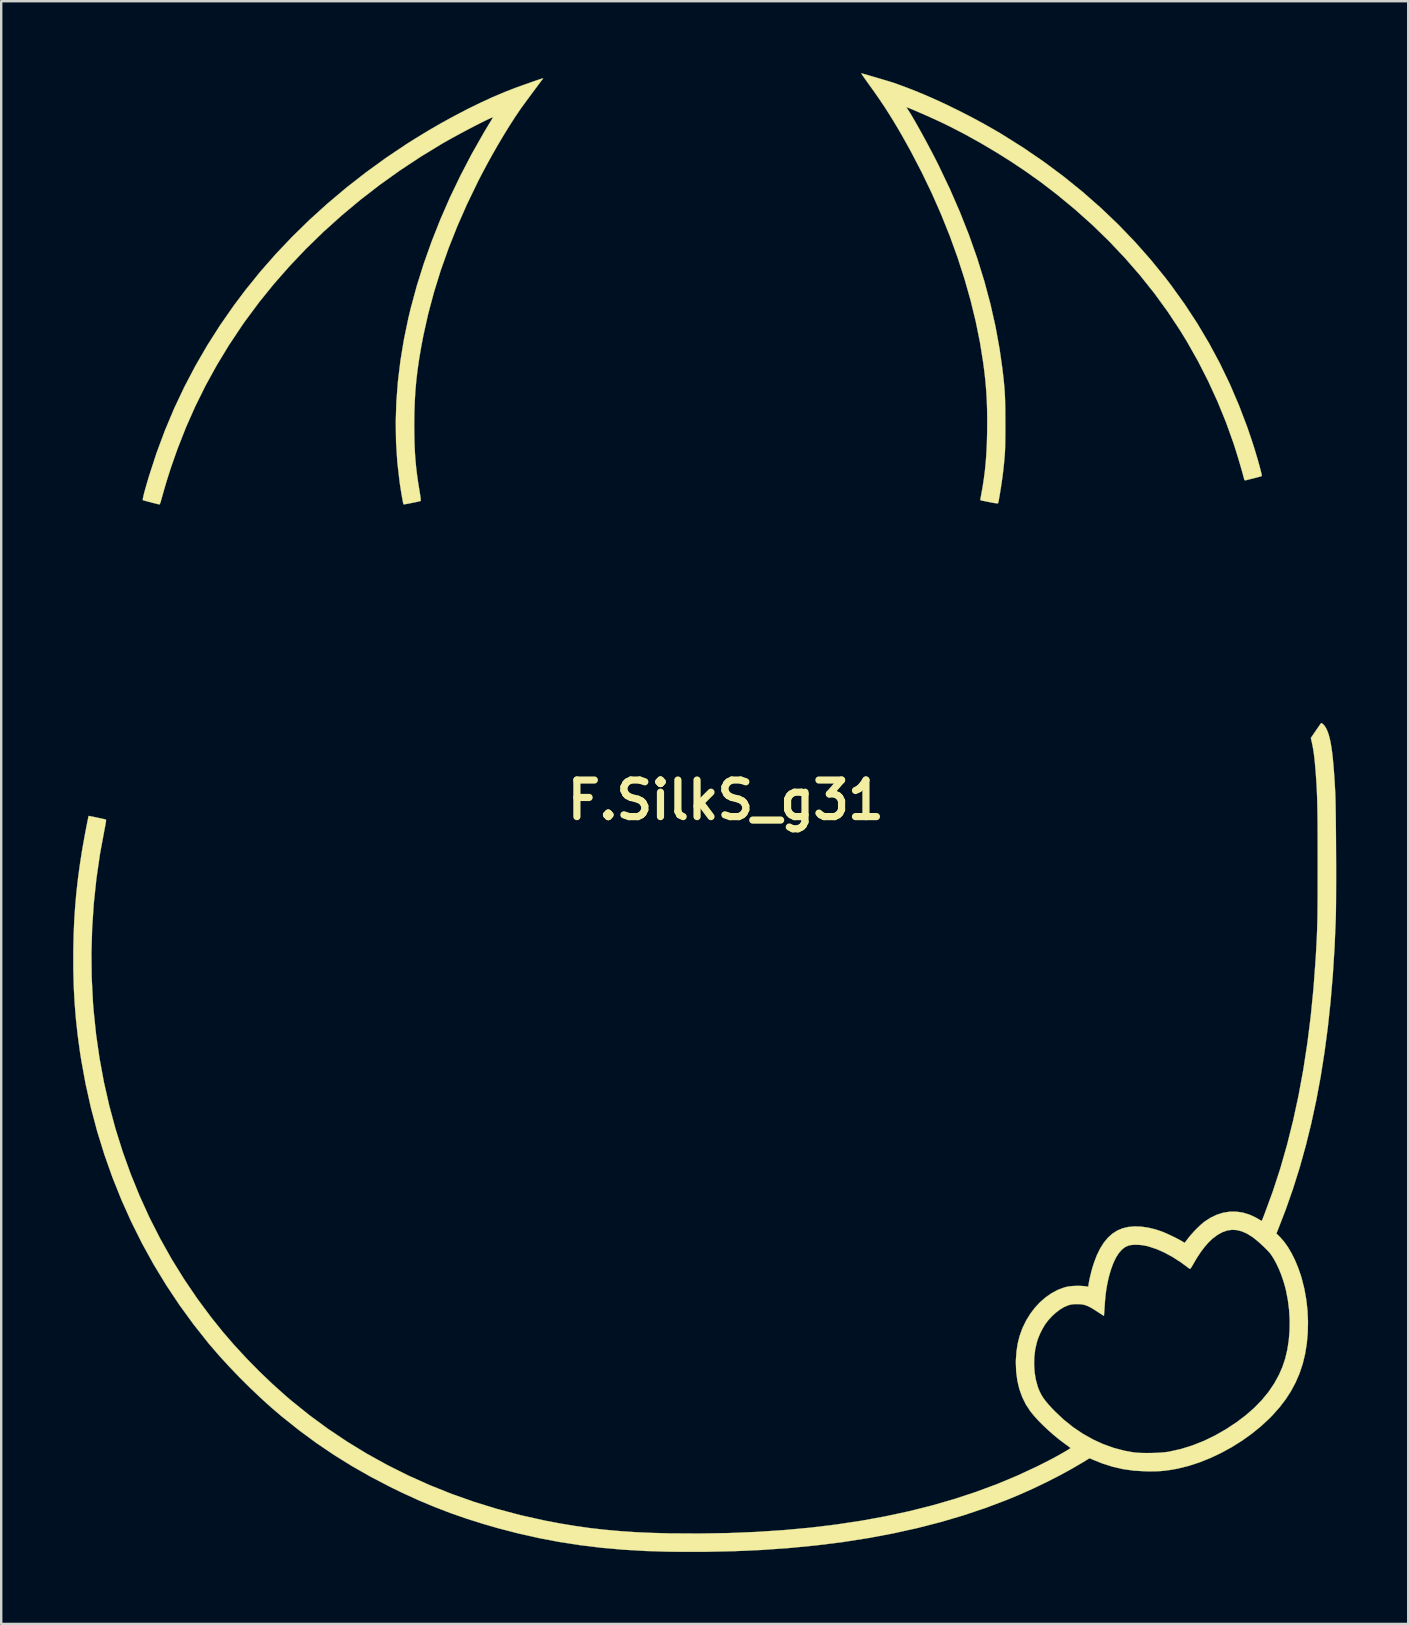
<source format=kicad_pcb>
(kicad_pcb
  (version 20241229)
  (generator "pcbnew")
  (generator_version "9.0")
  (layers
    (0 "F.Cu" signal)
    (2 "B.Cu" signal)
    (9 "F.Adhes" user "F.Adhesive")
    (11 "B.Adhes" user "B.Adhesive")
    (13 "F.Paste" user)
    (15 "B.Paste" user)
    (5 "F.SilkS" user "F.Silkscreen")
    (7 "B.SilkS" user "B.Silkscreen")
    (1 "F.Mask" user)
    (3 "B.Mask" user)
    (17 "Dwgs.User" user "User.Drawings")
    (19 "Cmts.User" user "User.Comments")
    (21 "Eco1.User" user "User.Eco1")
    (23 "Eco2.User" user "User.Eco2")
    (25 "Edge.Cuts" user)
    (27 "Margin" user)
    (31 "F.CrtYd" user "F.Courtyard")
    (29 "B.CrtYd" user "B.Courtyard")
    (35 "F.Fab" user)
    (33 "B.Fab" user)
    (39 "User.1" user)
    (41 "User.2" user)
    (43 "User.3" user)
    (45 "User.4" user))
  (footprint "F.SilkS_g31"
    (layer "F.Cu")
    (at 27.199 30.295)
    (property "Reference" "F.SilkS_g31" (at 0 0 0) (layer "F.SilkS") (effects (font (size 1.524 1.524) (thickness 0.3))))
    (attr through_hole)
    (fp_poly (pts (xy -7.612 -30.076) (xy -7.614 -30.073) (xy -7.664 -30.008) (xy -7.734 -29.916) (xy -7.819 -29.801) (xy -7.917 -29.67) (xy -8.021 -29.53) (xy -8.128 -29.385) (xy -8.234 -29.242) (xy -8.333 -29.107) (xy -8.422 -28.985) (xy -8.496 -28.884) (xy -8.55 -28.808) (xy -8.565 -28.787) (xy -8.787 -28.459) (xy -9.019 -28.098) (xy -9.258 -27.71) (xy -9.5 -27.302) (xy -9.741 -26.881) (xy -9.977 -26.452) (xy -10.204 -26.023) (xy -10.338 -25.76) (xy -10.784 -24.837) (xy -11.19 -23.915) (xy -11.555 -22.994) (xy -11.88 -22.076) (xy -12.163 -21.162) (xy -12.406 -20.252) (xy -12.605 -19.357) (xy -12.7 -18.856) (xy -12.78 -18.385) (xy -12.845 -17.935) (xy -12.897 -17.496) (xy -12.936 -17.06) (xy -12.962 -16.617) (xy -12.978 -16.159) (xy -12.984 -15.675) (xy -12.984 -15.632) (xy -12.981 -15.236) (xy -12.973 -14.873) (xy -12.959 -14.535) (xy -12.937 -14.213) (xy -12.908 -13.897) (xy -12.871 -13.579) (xy -12.824 -13.25) (xy -12.767 -12.901) (xy -12.761 -12.862) (xy -12.741 -12.741) (xy -12.725 -12.633) (xy -12.715 -12.548) (xy -12.711 -12.49) (xy -12.714 -12.468) (xy -12.739 -12.459) (xy -12.797 -12.445) (xy -12.878 -12.426) (xy -12.976 -12.405) (xy -13.082 -12.384) (xy -13.186 -12.363) (xy -13.282 -12.345) (xy -13.36 -12.331) (xy -13.413 -12.324) (xy -13.431 -12.324) (xy -13.439 -12.349) (xy -13.453 -12.409) (xy -13.47 -12.499) (xy -13.49 -12.611) (xy -13.513 -12.74) (xy -13.536 -12.879) (xy -13.558 -13.021) (xy -13.58 -13.161) (xy -13.597 -13.282) (xy -13.69 -14.09) (xy -13.742 -14.912) (xy -13.755 -15.747) (xy -13.729 -16.594) (xy -13.664 -17.451) (xy -13.559 -18.317) (xy -13.415 -19.192) (xy -13.232 -20.074) (xy -13.122 -20.532) (xy -12.875 -21.441) (xy -12.587 -22.357) (xy -12.261 -23.275) (xy -11.899 -24.191) (xy -11.501 -25.103) (xy -11.068 -26.006) (xy -10.604 -26.898) (xy -10.108 -27.775) (xy -9.953 -28.035) (xy -9.882 -28.153) (xy -9.818 -28.258) (xy -9.765 -28.346) (xy -9.727 -28.41) (xy -9.705 -28.447) (xy -9.701 -28.452) (xy -9.712 -28.456) (xy -9.756 -28.441) (xy -9.83 -28.409) (xy -9.93 -28.362) (xy -10.053 -28.303) (xy -10.195 -28.232) (xy -10.353 -28.152) (xy -10.524 -28.064) (xy -10.702 -27.971) (xy -10.886 -27.874) (xy -11.071 -27.775) (xy -11.254 -27.676) (xy -11.431 -27.579) (xy -11.599 -27.485) (xy -11.754 -27.397) (xy -11.832 -27.352) (xy -12.721 -26.81) (xy -13.586 -26.238) (xy -14.425 -25.638) (xy -15.236 -25.011) (xy -16.018 -24.358) (xy -16.771 -23.68) (xy -17.492 -22.979) (xy -18.179 -22.255) (xy -18.833 -21.511) (xy -19.451 -20.747) (xy -20.031 -19.965) (xy -20.161 -19.78) (xy -20.707 -18.96) (xy -21.212 -18.128) (xy -21.679 -17.281) (xy -22.107 -16.417) (xy -22.498 -15.535) (xy -22.853 -14.632) (xy -23.104 -13.917) (xy -23.168 -13.723) (xy -23.226 -13.543) (xy -23.281 -13.368) (xy -23.335 -13.19) (xy -23.391 -13) (xy -23.451 -12.79) (xy -23.518 -12.552) (xy -23.552 -12.43) (xy -23.573 -12.369) (xy -23.595 -12.329) (xy -23.608 -12.321) (xy -23.636 -12.326) (xy -23.697 -12.341) (xy -23.784 -12.363) (xy -23.889 -12.389) (xy -23.95 -12.405) (xy -24.061 -12.435) (xy -24.159 -12.46) (xy -24.235 -12.481) (xy -24.282 -12.494) (xy -24.293 -12.498) (xy -24.299 -12.521) (xy -24.291 -12.581) (xy -24.27 -12.68) (xy -24.236 -12.816) (xy -24.188 -12.991) (xy -24.126 -13.205) (xy -24.051 -13.459) (xy -24.034 -13.515) (xy -23.724 -14.467) (xy -23.377 -15.4) (xy -22.993 -16.315) (xy -22.57 -17.21) (xy -22.11 -18.088) (xy -21.611 -18.949) (xy -21.073 -19.793) (xy -20.496 -20.622) (xy -20.017 -21.259) (xy -19.405 -22.016) (xy -18.755 -22.757) (xy -18.069 -23.479) (xy -17.35 -24.182) (xy -16.599 -24.862) (xy -15.819 -25.519) (xy -15.011 -26.15) (xy -14.179 -26.754) (xy -13.324 -27.329) (xy -12.954 -27.563) (xy -12.407 -27.896) (xy -11.857 -28.214) (xy -11.307 -28.516) (xy -10.764 -28.799) (xy -10.23 -29.06) (xy -9.711 -29.299) (xy -9.21 -29.511) (xy -8.733 -29.696) (xy -8.605 -29.742) (xy -8.376 -29.824) (xy -8.183 -29.892) (xy -8.024 -29.948) (xy -7.897 -29.992) (xy -7.797 -30.026) (xy -7.722 -30.051) (xy -7.669 -30.067) (xy -7.635 -30.076) (xy -7.617 -30.079) (xy -7.612 -30.076)) (stroke (width 0.01) (type solid)) (fill yes) (layer "F.SilkS"))
    (fp_poly (pts (xy 5.676 -30.284) (xy 5.736 -30.267) (xy 5.825 -30.242) (xy 5.937 -30.21) (xy 6.066 -30.172) (xy 6.207 -30.131) (xy 6.353 -30.088) (xy 6.499 -30.045) (xy 6.639 -30.003) (xy 6.767 -29.965) (xy 6.878 -29.931) (xy 6.965 -29.904) (xy 7.022 -29.886) (xy 7.039 -29.88) (xy 7.092 -29.86) (xy 7.174 -29.83) (xy 7.272 -29.794) (xy 7.366 -29.76) (xy 7.81 -29.591) (xy 8.28 -29.398) (xy 8.767 -29.184) (xy 9.267 -28.951) (xy 9.772 -28.703) (xy 10.275 -28.444) (xy 10.77 -28.176) (xy 11.251 -27.902) (xy 11.525 -27.74) (xy 12.409 -27.183) (xy 13.262 -26.599) (xy 14.083 -25.988) (xy 14.872 -25.349) (xy 15.629 -24.684) (xy 16.354 -23.992) (xy 17.045 -23.274) (xy 17.704 -22.53) (xy 18.329 -21.76) (xy 18.563 -21.452) (xy 19.127 -20.667) (xy 19.653 -19.864) (xy 20.141 -19.042) (xy 20.593 -18.2) (xy 21.009 -17.337) (xy 21.389 -16.451) (xy 21.735 -15.542) (xy 21.935 -14.954) (xy 21.991 -14.779) (xy 22.048 -14.599) (xy 22.102 -14.418) (xy 22.155 -14.242) (xy 22.203 -14.073) (xy 22.246 -13.918) (xy 22.282 -13.781) (xy 22.311 -13.667) (xy 22.331 -13.58) (xy 22.34 -13.524) (xy 22.339 -13.506) (xy 22.313 -13.495) (xy 22.253 -13.477) (xy 22.167 -13.453) (xy 22.063 -13.426) (xy 22.003 -13.411) (xy 21.891 -13.383) (xy 21.791 -13.358) (xy 21.713 -13.338) (xy 21.664 -13.326) (xy 21.652 -13.323) (xy 21.629 -13.328) (xy 21.609 -13.364) (xy 21.592 -13.425) (xy 21.562 -13.537) (xy 21.523 -13.68) (xy 21.475 -13.848) (xy 21.422 -14.03) (xy 21.366 -14.219) (xy 21.309 -14.407) (xy 21.254 -14.584) (xy 21.204 -14.743) (xy 21.166 -14.859) (xy 20.852 -15.737) (xy 20.498 -16.605) (xy 20.107 -17.458) (xy 19.682 -18.293) (xy 19.223 -19.105) (xy 18.934 -19.577) (xy 18.416 -20.36) (xy 17.86 -21.124) (xy 17.268 -21.867) (xy 16.64 -22.589) (xy 15.978 -23.289) (xy 15.281 -23.967) (xy 14.551 -24.62) (xy 13.789 -25.249) (xy 13.145 -25.743) (xy 12.55 -26.168) (xy 11.927 -26.587) (xy 11.284 -26.992) (xy 10.631 -27.379) (xy 9.975 -27.744) (xy 9.326 -28.079) (xy 8.93 -28.271) (xy 8.803 -28.33) (xy 8.66 -28.395) (xy 8.505 -28.465) (xy 8.346 -28.536) (xy 8.187 -28.606) (xy 8.035 -28.672) (xy 7.894 -28.733) (xy 7.772 -28.784) (xy 7.673 -28.825) (xy 7.604 -28.852) (xy 7.579 -28.861) (xy 7.527 -28.877) (xy 7.567 -28.816) (xy 7.651 -28.685) (xy 7.751 -28.521) (xy 7.863 -28.329) (xy 7.986 -28.113) (xy 8.117 -27.88) (xy 8.253 -27.633) (xy 8.39 -27.379) (xy 8.527 -27.121) (xy 8.661 -26.865) (xy 8.789 -26.616) (xy 8.878 -26.437) (xy 9.341 -25.466) (xy 9.762 -24.498) (xy 10.142 -23.536) (xy 10.48 -22.577) (xy 10.776 -21.624) (xy 11.03 -20.675) (xy 11.243 -19.731) (xy 11.413 -18.792) (xy 11.524 -18.013) (xy 11.552 -17.779) (xy 11.576 -17.571) (xy 11.595 -17.382) (xy 11.612 -17.204) (xy 11.624 -17.032) (xy 11.634 -16.859) (xy 11.641 -16.678) (xy 11.646 -16.482) (xy 11.65 -16.266) (xy 11.651 -16.021) (xy 11.652 -15.742) (xy 11.652 -15.684) (xy 11.652 -15.42) (xy 11.651 -15.193) (xy 11.649 -14.995) (xy 11.646 -14.821) (xy 11.642 -14.665) (xy 11.636 -14.52) (xy 11.627 -14.381) (xy 11.616 -14.241) (xy 11.603 -14.094) (xy 11.586 -13.934) (xy 11.566 -13.755) (xy 11.555 -13.652) (xy 11.54 -13.532) (xy 11.521 -13.395) (xy 11.5 -13.245) (xy 11.477 -13.091) (xy 11.453 -12.937) (xy 11.429 -12.79) (xy 11.407 -12.656) (xy 11.386 -12.54) (xy 11.369 -12.45) (xy 11.356 -12.391) (xy 11.349 -12.371) (xy 11.327 -12.365) (xy 11.273 -12.368) (xy 11.184 -12.381) (xy 11.058 -12.404) (xy 10.975 -12.42) (xy 10.857 -12.444) (xy 10.755 -12.465) (xy 10.675 -12.482) (xy 10.625 -12.493) (xy 10.61 -12.498) (xy 10.611 -12.519) (xy 10.618 -12.572) (xy 10.632 -12.647) (xy 10.636 -12.67) (xy 10.704 -13.046) (xy 10.759 -13.41) (xy 10.805 -13.772) (xy 10.84 -14.141) (xy 10.866 -14.524) (xy 10.884 -14.932) (xy 10.894 -15.371) (xy 10.894 -15.402) (xy 10.897 -15.849) (xy 10.892 -16.264) (xy 10.879 -16.658) (xy 10.857 -17.039) (xy 10.825 -17.42) (xy 10.784 -17.808) (xy 10.731 -18.215) (xy 10.731 -18.221) (xy 10.593 -19.081) (xy 10.417 -19.952) (xy 10.202 -20.832) (xy 9.95 -21.72) (xy 9.662 -22.611) (xy 9.339 -23.505) (xy 8.981 -24.397) (xy 8.589 -25.287) (xy 8.164 -26.171) (xy 7.708 -27.046) (xy 7.382 -27.632) (xy 7.179 -27.983) (xy 6.987 -28.305) (xy 6.799 -28.608) (xy 6.61 -28.902) (xy 6.412 -29.196) (xy 6.2 -29.502) (xy 5.973 -29.819) (xy 5.885 -29.941) (xy 5.806 -30.052) (xy 5.74 -30.147) (xy 5.69 -30.221) (xy 5.659 -30.27) (xy 5.65 -30.289) (xy 5.65 -30.29) (xy 5.676 -30.284)) (stroke (width 0.01) (type solid)) (fill yes) (layer "F.SilkS"))
    (fp_poly (pts (xy 24.836 -3.205) (xy 24.879 -3.176) (xy 24.894 -3.163) (xy 24.958 -3.092) (xy 25.016 -3.002) (xy 25.069 -2.893) (xy 25.118 -2.762) (xy 25.162 -2.607) (xy 25.203 -2.426) (xy 25.239 -2.218) (xy 25.273 -1.978) (xy 25.303 -1.707) (xy 25.331 -1.402) (xy 25.357 -1.06) (xy 25.382 -0.679) (xy 25.402 -0.307) (xy 25.407 -0.19) (xy 25.411 -0.034) (xy 25.416 0.156) (xy 25.419 0.376) (xy 25.423 0.623) (xy 25.426 0.893) (xy 25.429 1.181) (xy 25.432 1.484) (xy 25.434 1.798) (xy 25.435 2.119) (xy 25.437 2.443) (xy 25.438 2.766) (xy 25.438 3.085) (xy 25.438 3.394) (xy 25.437 3.691) (xy 25.436 3.97) (xy 25.435 4.23) (xy 25.432 4.464) (xy 25.43 4.671) (xy 25.426 4.844) (xy 25.423 4.966) (xy 25.373 6.145) (xy 25.301 7.288) (xy 25.207 8.398) (xy 25.092 9.474) (xy 24.953 10.52) (xy 24.793 11.535) (xy 24.609 12.521) (xy 24.402 13.48) (xy 24.172 14.412) (xy 23.919 15.319) (xy 23.641 16.202) (xy 23.34 17.063) (xy 23.043 17.832) (xy 22.95 18.064) (xy 23.105 18.219) (xy 23.269 18.405) (xy 23.428 18.628) (xy 23.579 18.884) (xy 23.72 19.167) (xy 23.849 19.474) (xy 23.963 19.799) (xy 24.002 19.927) (xy 24.114 20.37) (xy 24.195 20.823) (xy 24.246 21.284) (xy 24.266 21.745) (xy 24.256 22.202) (xy 24.216 22.65) (xy 24.146 23.084) (xy 24.046 23.498) (xy 23.916 23.887) (xy 23.907 23.911) (xy 23.745 24.283) (xy 23.557 24.634) (xy 23.34 24.971) (xy 23.09 25.299) (xy 22.804 25.622) (xy 22.659 25.771) (xy 22.306 26.099) (xy 21.923 26.41) (xy 21.516 26.701) (xy 21.089 26.969) (xy 20.648 27.21) (xy 20.197 27.423) (xy 19.742 27.605) (xy 19.288 27.753) (xy 18.841 27.863) (xy 18.723 27.886) (xy 18.501 27.924) (xy 18.296 27.951) (xy 18.097 27.969) (xy 17.889 27.978) (xy 17.661 27.98) (xy 17.476 27.976) (xy 17.01 27.949) (xy 16.565 27.887) (xy 16.133 27.789) (xy 15.708 27.655) (xy 15.355 27.514) (xy 15.163 27.431) (xy 14.885 27.6) (xy 14.413 27.876) (xy 13.908 28.152) (xy 13.379 28.422) (xy 12.835 28.684) (xy 12.284 28.931) (xy 11.736 29.16) (xy 11.707 29.171) (xy 10.819 29.506) (xy 9.903 29.813) (xy 8.958 30.092) (xy 7.984 30.342) (xy 6.982 30.564) (xy 5.95 30.758) (xy 4.888 30.924) (xy 3.796 31.061) (xy 2.674 31.171) (xy 1.522 31.253) (xy 0.338 31.306) (xy -0.877 31.332) (xy -2.123 31.33) (xy -2.413 31.326) (xy -3.367 31.297) (xy -4.292 31.242) (xy -5.192 31.162) (xy -6.072 31.055) (xy -6.937 30.921) (xy -7.792 30.759) (xy -8.642 30.568) (xy -9.492 30.348) (xy -10.065 30.183) (xy -10.777 29.959) (xy -11.463 29.721) (xy -12.134 29.464) (xy -12.799 29.185) (xy -13.471 28.878) (xy -13.991 28.625) (xy -14.806 28.2) (xy -15.587 27.755) (xy -16.341 27.286) (xy -17.073 26.79) (xy -17.79 26.261) (xy -18.497 25.698) (xy -18.5 25.696) (xy -18.937 25.323) (xy -19.384 24.919) (xy -19.833 24.492) (xy -20.277 24.051) (xy -20.707 23.602) (xy -21.116 23.154) (xy -21.496 22.714) (xy -21.56 22.638) (xy -22.183 21.852) (xy -22.772 21.042) (xy -23.326 20.209) (xy -23.846 19.353) (xy -24.33 18.475) (xy -24.778 17.577) (xy -25.189 16.66) (xy -25.564 15.723) (xy -25.901 14.77) (xy -26.201 13.8) (xy -26.462 12.814) (xy -26.685 11.814) (xy -26.869 10.8) (xy -26.922 10.456) (xy -27.014 9.776) (xy -27.086 9.109) (xy -27.139 8.444) (xy -27.175 7.772) (xy -27.193 7.083) (xy -27.194 6.366) (xy -27.193 6.234) (xy -27.179 5.608) (xy -27.154 5.012) (xy -27.116 4.434) (xy -27.066 3.864) (xy -27.001 3.289) (xy -26.922 2.7) (xy -26.838 2.159) (xy -26.817 2.036) (xy -26.793 1.894) (xy -26.765 1.74) (xy -26.736 1.578) (xy -26.706 1.414) (xy -26.675 1.253) (xy -26.646 1.101) (xy -26.619 0.963) (xy -26.596 0.844) (xy -26.576 0.751) (xy -26.562 0.688) (xy -26.554 0.661) (xy -26.554 0.661) (xy -26.533 0.663) (xy -26.479 0.674) (xy -26.4 0.689) (xy -26.304 0.709) (xy -26.2 0.731) (xy -26.094 0.754) (xy -25.996 0.775) (xy -25.914 0.794) (xy -25.856 0.808) (xy -25.833 0.814) (xy -25.828 0.837) (xy -25.834 0.9) (xy -25.85 1.001) (xy -25.876 1.139) (xy -25.89 1.21) (xy -26.079 2.231) (xy -26.229 3.261) (xy -26.339 4.296) (xy -26.408 5.332) (xy -26.438 6.368) (xy -26.427 7.4) (xy -26.375 8.425) (xy -26.351 8.742) (xy -26.246 9.758) (xy -26.101 10.763) (xy -25.918 11.756) (xy -25.696 12.735) (xy -25.436 13.7) (xy -25.138 14.649) (xy -24.803 15.582) (xy -24.431 16.497) (xy -24.023 17.394) (xy -23.578 18.27) (xy -23.098 19.127) (xy -22.582 19.961) (xy -22.032 20.773) (xy -21.448 21.56) (xy -20.956 22.172) (xy -20.481 22.722) (xy -19.973 23.272) (xy -19.441 23.814) (xy -18.893 24.337) (xy -18.338 24.834) (xy -18.117 25.023) (xy -17.366 25.628) (xy -16.588 26.2) (xy -15.784 26.739) (xy -14.956 27.245) (xy -14.104 27.716) (xy -13.23 28.153) (xy -12.334 28.555) (xy -11.416 28.922) (xy -10.479 29.253) (xy -9.523 29.548) (xy -8.548 29.806) (xy -7.557 30.027) (xy -7.525 30.033) (xy -6.896 30.152) (xy -6.276 30.255) (xy -5.658 30.342) (xy -5.034 30.413) (xy -4.397 30.47) (xy -3.741 30.514) (xy -3.058 30.544) (xy -2.344 30.563) (xy -1.109 30.57) (xy 0.095 30.551) (xy 1.267 30.503) (xy 2.408 30.428) (xy 3.517 30.326) (xy 4.597 30.195) (xy 5.646 30.037) (xy 6.666 29.851) (xy 7.656 29.637) (xy 8.617 29.395) (xy 9.55 29.125) (xy 10.454 28.826) (xy 11.33 28.5) (xy 12.178 28.145) (xy 12.999 27.762) (xy 13.515 27.5) (xy 13.655 27.425) (xy 13.795 27.349) (xy 13.93 27.274) (xy 14.055 27.203) (xy 14.166 27.139) (xy 14.257 27.084) (xy 14.324 27.042) (xy 14.361 27.015) (xy 14.367 27.007) (xy 14.349 26.99) (xy 14.302 26.953) (xy 14.234 26.902) (xy 14.15 26.841) (xy 14.118 26.818) (xy 13.893 26.649) (xy 13.664 26.461) (xy 13.437 26.261) (xy 13.219 26.055) (xy 13.017 25.851) (xy 12.839 25.653) (xy 12.694 25.474) (xy 12.508 25.192) (xy 12.356 24.884) (xy 12.237 24.554) (xy 12.153 24.202) (xy 12.104 23.829) (xy 12.093 23.533) (xy 12.851 23.533) (xy 12.872 23.854) (xy 12.924 24.164) (xy 13.004 24.454) (xy 13.026 24.514) (xy 13.084 24.653) (xy 13.151 24.785) (xy 13.232 24.916) (xy 13.332 25.051) (xy 13.453 25.196) (xy 13.601 25.357) (xy 13.722 25.482) (xy 14.087 25.825) (xy 14.472 26.134) (xy 14.874 26.406) (xy 15.293 26.643) (xy 15.725 26.841) (xy 16.168 27) (xy 16.621 27.12) (xy 16.997 27.187) (xy 17.14 27.202) (xy 17.315 27.211) (xy 17.512 27.215) (xy 17.719 27.214) (xy 17.927 27.208) (xy 18.125 27.197) (xy 18.303 27.182) (xy 18.451 27.162) (xy 18.468 27.159) (xy 18.958 27.05) (xy 19.447 26.899) (xy 19.931 26.707) (xy 20.411 26.473) (xy 20.855 26.218) (xy 21.287 25.933) (xy 21.679 25.636) (xy 22.031 25.327) (xy 22.345 25.004) (xy 22.62 24.668) (xy 22.857 24.318) (xy 23.058 23.952) (xy 23.199 23.629) (xy 23.315 23.283) (xy 23.404 22.909) (xy 23.465 22.515) (xy 23.498 22.105) (xy 23.503 21.687) (xy 23.48 21.265) (xy 23.428 20.845) (xy 23.348 20.433) (xy 23.325 20.339) (xy 23.25 20.074) (xy 23.161 19.812) (xy 23.06 19.559) (xy 22.951 19.325) (xy 22.837 19.116) (xy 22.723 18.94) (xy 22.714 18.929) (xy 22.644 18.843) (xy 22.547 18.74) (xy 22.433 18.626) (xy 22.309 18.51) (xy 22.182 18.397) (xy 22.062 18.297) (xy 21.956 18.216) (xy 21.947 18.209) (xy 21.726 18.072) (xy 21.512 17.977) (xy 21.304 17.923) (xy 21.099 17.911) (xy 20.897 17.941) (xy 20.695 18.012) (xy 20.491 18.126) (xy 20.285 18.281) (xy 20.28 18.286) (xy 20.124 18.434) (xy 19.963 18.618) (xy 19.802 18.831) (xy 19.645 19.066) (xy 19.497 19.318) (xy 19.495 19.321) (xy 19.434 19.428) (xy 19.388 19.499) (xy 19.357 19.536) (xy 19.339 19.541) (xy 18.976 19.272) (xy 18.622 19.044) (xy 18.275 18.856) (xy 17.936 18.708) (xy 17.603 18.6) (xy 17.573 18.592) (xy 17.409 18.558) (xy 17.237 18.539) (xy 17.068 18.534) (xy 16.914 18.543) (xy 16.787 18.568) (xy 16.783 18.569) (xy 16.64 18.634) (xy 16.506 18.74) (xy 16.38 18.885) (xy 16.263 19.069) (xy 16.156 19.291) (xy 16.06 19.549) (xy 15.974 19.842) (xy 15.931 20.024) (xy 15.889 20.229) (xy 15.855 20.431) (xy 15.828 20.642) (xy 15.806 20.874) (xy 15.79 21.103) (xy 15.782 21.227) (xy 15.774 21.335) (xy 15.768 21.42) (xy 15.764 21.477) (xy 15.762 21.498) (xy 15.744 21.488) (xy 15.697 21.459) (xy 15.625 21.413) (xy 15.536 21.356) (xy 15.454 21.302) (xy 15.3 21.204) (xy 15.17 21.13) (xy 15.056 21.077) (xy 14.95 21.041) (xy 14.842 21.019) (xy 14.725 21.01) (xy 14.637 21.008) (xy 14.514 21.011) (xy 14.415 21.022) (xy 14.322 21.043) (xy 14.267 21.06) (xy 14.103 21.13) (xy 13.931 21.233) (xy 13.759 21.363) (xy 13.593 21.515) (xy 13.441 21.681) (xy 13.309 21.856) (xy 13.308 21.858) (xy 13.204 22.032) (xy 13.106 22.226) (xy 13.022 22.425) (xy 12.967 22.59) (xy 12.898 22.892) (xy 12.859 23.209) (xy 12.851 23.533) (xy 12.093 23.533) (xy 12.09 23.438) (xy 12.093 23.315) (xy 12.118 22.968) (xy 12.168 22.647) (xy 12.245 22.342) (xy 12.352 22.042) (xy 12.372 21.994) (xy 12.517 21.695) (xy 12.689 21.415) (xy 12.885 21.157) (xy 13.101 20.925) (xy 13.335 20.722) (xy 13.582 20.551) (xy 13.839 20.414) (xy 14.104 20.315) (xy 14.216 20.286) (xy 14.342 20.265) (xy 14.494 20.252) (xy 14.659 20.247) (xy 14.822 20.25) (xy 14.967 20.262) (xy 14.978 20.264) (xy 15.108 20.281) (xy 15.122 20.179) (xy 15.149 20.026) (xy 15.188 19.848) (xy 15.235 19.658) (xy 15.287 19.469) (xy 15.338 19.309) (xy 15.46 18.983) (xy 15.599 18.697) (xy 15.754 18.45) (xy 15.926 18.241) (xy 16.115 18.071) (xy 16.32 17.94) (xy 16.535 17.85) (xy 16.774 17.793) (xy 17.034 17.769) (xy 17.311 17.778) (xy 17.604 17.82) (xy 17.91 17.894) (xy 18.178 17.984) (xy 18.28 18.025) (xy 18.407 18.081) (xy 18.548 18.147) (xy 18.692 18.217) (xy 18.83 18.286) (xy 18.949 18.35) (xy 19.04 18.402) (xy 19.126 18.455) (xy 19.27 18.265) (xy 19.384 18.125) (xy 19.515 17.978) (xy 19.655 17.835) (xy 19.793 17.704) (xy 19.919 17.596) (xy 19.95 17.573) (xy 20.203 17.408) (xy 20.464 17.283) (xy 20.731 17.199) (xy 21.002 17.156) (xy 21.275 17.154) (xy 21.547 17.193) (xy 21.817 17.274) (xy 22.082 17.396) (xy 22.164 17.443) (xy 22.239 17.487) (xy 22.298 17.521) (xy 22.334 17.54) (xy 22.341 17.542) (xy 22.349 17.521) (xy 22.37 17.468) (xy 22.401 17.389) (xy 22.44 17.29) (xy 22.467 17.219) (xy 22.803 16.302) (xy 23.112 15.353) (xy 23.392 14.373) (xy 23.645 13.362) (xy 23.871 12.319) (xy 24.069 11.244) (xy 24.239 10.137) (xy 24.382 8.998) (xy 24.497 7.828) (xy 24.584 6.636) (xy 24.597 6.416) (xy 24.609 6.213) (xy 24.619 6.023) (xy 24.628 5.843) (xy 24.636 5.669) (xy 24.643 5.498) (xy 24.649 5.325) (xy 24.654 5.147) (xy 24.658 4.961) (xy 24.662 4.762) (xy 24.664 4.547) (xy 24.666 4.312) (xy 24.668 4.053) (xy 24.669 3.767) (xy 24.669 3.451) (xy 24.67 3.099) (xy 24.67 2.71) (xy 24.67 2.678) (xy 24.67 2.253) (xy 24.669 1.868) (xy 24.668 1.518) (xy 24.667 1.202) (xy 24.665 0.915) (xy 24.662 0.654) (xy 24.658 0.417) (xy 24.654 0.199) (xy 24.649 -0.002) (xy 24.643 -0.189) (xy 24.636 -0.366) (xy 24.628 -0.536) (xy 24.619 -0.701) (xy 24.608 -0.866) (xy 24.596 -1.033) (xy 24.584 -1.196) (xy 24.56 -1.479) (xy 24.536 -1.726) (xy 24.509 -1.941) (xy 24.481 -2.129) (xy 24.45 -2.296) (xy 24.437 -2.357) (xy 24.385 -2.588) (xy 24.589 -2.887) (xy 24.657 -2.986) (xy 24.718 -3.074) (xy 24.767 -3.144) (xy 24.799 -3.19) (xy 24.81 -3.206) (xy 24.836 -3.205)) (stroke (width 0.01) (type solid)) (fill yes) (layer "F.SilkS")))
  (gr_rect
    (start -3 -3)
    (end 55.642 64.632)
    (stroke (width 0.1) (type default))
    (fill no)
    (layer "Edge.Cuts")))
</source>
